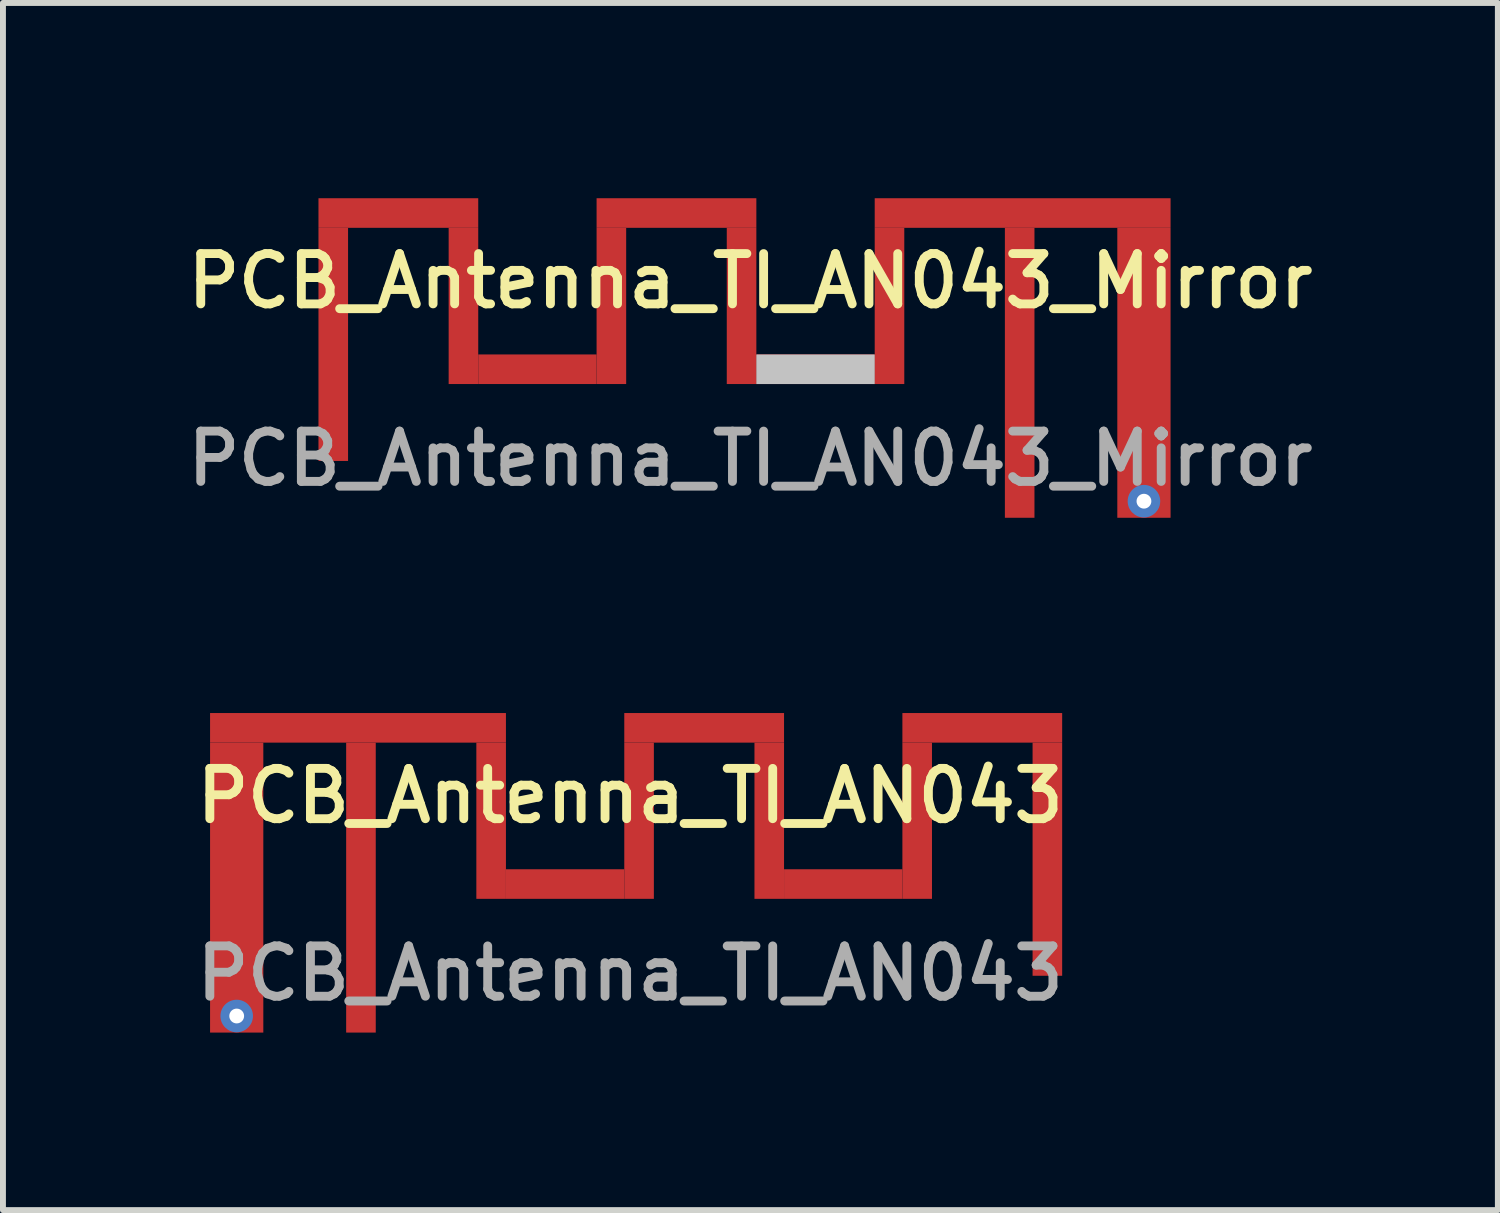
<source format=kicad_pcb>
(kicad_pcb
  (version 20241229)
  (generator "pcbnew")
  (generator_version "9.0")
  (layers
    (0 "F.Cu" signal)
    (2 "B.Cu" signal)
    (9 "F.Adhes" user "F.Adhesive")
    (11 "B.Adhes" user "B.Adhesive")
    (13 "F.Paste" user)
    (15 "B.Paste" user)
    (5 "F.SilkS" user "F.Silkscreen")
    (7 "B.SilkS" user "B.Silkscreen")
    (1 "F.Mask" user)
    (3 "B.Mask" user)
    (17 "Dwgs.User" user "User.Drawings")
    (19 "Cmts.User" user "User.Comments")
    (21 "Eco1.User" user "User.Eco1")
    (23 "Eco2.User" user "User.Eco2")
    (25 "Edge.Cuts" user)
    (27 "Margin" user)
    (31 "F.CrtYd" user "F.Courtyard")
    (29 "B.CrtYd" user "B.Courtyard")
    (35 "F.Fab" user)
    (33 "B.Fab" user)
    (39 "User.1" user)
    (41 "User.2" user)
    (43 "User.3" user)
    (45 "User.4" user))
  (footprint "PCB_Antenna_TI_AN043"
    (layer "F.Cu")
    (at 7.6 13.9)
    (property "Reference" "PCB_Antenna_TI_AN043" (at 0 -3.5 0) (unlocked yes) (layer "F.SilkS") (effects (font (size 0.85 0.85) (thickness 0.15))))
    (attr smd)
    (fp_text user "${REFERENCE}" (at 0 -0.5 0) (unlocked yes) (layer "F.Fab") (effects (font (size 0.85 0.85) (thickness 0.15))))
    (pad "1" smd rect (at -4.6 -4.65) (size 5 0.5) (layers "F.Cu"))
    (pad "1" smd rect (at -4.55 -1.95 180) (size 0.5 4.9) (layers "F.Cu"))
    (pad "1" smd rect (at -2.35 -3.08 180) (size 0.5 2.64) (layers "F.Cu"))
    (pad "1" smd rect (at -1.1 -2.01) (size 2 0.5) (layers "F.Cu"))
    (pad "1" smd rect (at 0.15 -3.08 180) (size 0.5 2.64) (layers "F.Cu"))
    (pad "1" smd rect (at 1.25 -4.65) (size 2.7 0.5) (layers "F.Cu"))
    (pad "1" smd rect (at 2.35 -3.08 180) (size 0.5 2.64) (layers "F.Cu"))
    (pad "1" smd rect (at 3.6 -2.01) (size 2 0.5) (layers "F.Cu"))
    (pad "1" smd rect (at 4.85 -3.08 180) (size 0.5 2.64) (layers "F.Cu"))
    (pad "1" smd rect (at 5.95 -4.65) (size 2.7 0.5) (layers "F.Cu"))
    (pad "1" smd rect (at 7.05 -2.43 180) (size 0.5 3.94) (layers "F.Cu"))
    (pad "2" smd rect (at -6.65 -1.95 180) (size 0.9 4.9) (layers "F.Cu"))
    (pad "2" thru_hole circle (at -6.65 0.22 180) (size 0.55 0.55) (drill 0.25) (layers "*.Cu"))
    (zone (net_name "") (layer "F.Cu") (hatch edge 0.5) (connect_pads) (min_thickness 0.25) (filled_areas_thickness no) (keepout (tracks allowed) (vias allowed) (pads allowed) (copperpour not_allowed) (footprints allowed)) (placement (enabled no)) (fill) (polygon (pts (xy 0 13.9) (xy 0 8.7) (xy 15.2 8.7) (xy 15.2 13.9)))))
  (footprint "PCB_Antenna_TI_AN043_Mirror"
    (layer "F.Cu")
    (at 9.632 5.2)
    (property "Reference" "PCB_Antenna_TI_AN043_Mirror" (at 0 -3.5 0) (unlocked yes) (layer "F.SilkS") (effects (font (size 0.85 0.85) (thickness 0.15))))
    (attr smd)
    (fp_text user "${REFERENCE}" (at 0 -0.5 0) (unlocked yes) (layer "F.Fab") (effects (font (size 0.85 0.85) (thickness 0.15))))
    (pad "1" smd rect (at -7.05 -2.43 180) (size 0.5 3.94) (layers "F.Cu"))
    (pad "1" smd rect (at -5.95 -4.65) (size 2.7 0.5) (layers "F.Cu"))
    (pad "1" smd rect (at -4.85 -3.08 180) (size 0.5 2.64) (layers "F.Cu"))
    (pad "1" smd rect (at -3.6 -2.01) (size 2 0.5) (layers "F.Cu"))
    (pad "1" smd rect (at -2.35 -3.08 180) (size 0.5 2.64) (layers "F.Cu"))
    (pad "1" smd rect (at -1.25 -4.65) (size 2.7 0.5) (layers "F.Cu"))
    (pad "1" smd rect (at -0.15 -3.08 180) (size 0.5 2.64) (layers "F.Cu"))
    (pad "1" smd rect (at 1.1 -2.01) (size 2 0.5) (layers "F.Cu" "Dwgs.User"))
    (pad "1" smd rect (at 2.35 -3.08 180) (size 0.5 2.64) (layers "F.Cu"))
    (pad "1" smd rect (at 4.55 -1.95 180) (size 0.5 4.9) (layers "F.Cu"))
    (pad "1" smd rect (at 4.6 -4.65) (size 5 0.5) (layers "F.Cu"))
    (pad "2" smd rect (at 6.65 -1.95 180) (size 0.9 4.9) (layers "F.Cu"))
    (pad "2" thru_hole circle (at 6.65 0.22 180) (size 0.55 0.55) (drill 0.25) (layers "*.Cu"))
    (zone (net_name "") (layer "F.Cu") (hatch edge 0.5) (connect_pads) (min_thickness 0.25) (filled_areas_thickness no) (keepout (tracks allowed) (vias allowed) (pads allowed) (copperpour not_allowed) (footprints allowed)) (placement (enabled no)) (fill) (polygon (pts (xy 17.232 5.2) (xy 17.232 0) (xy 2.032 0) (xy 2.032 5.2)))))
  (gr_rect
    (start -3 -3)
    (end 22.263 17.4)
    (stroke (width 0.1) (type default))
    (fill no)
    (layer "Edge.Cuts")))
</source>
